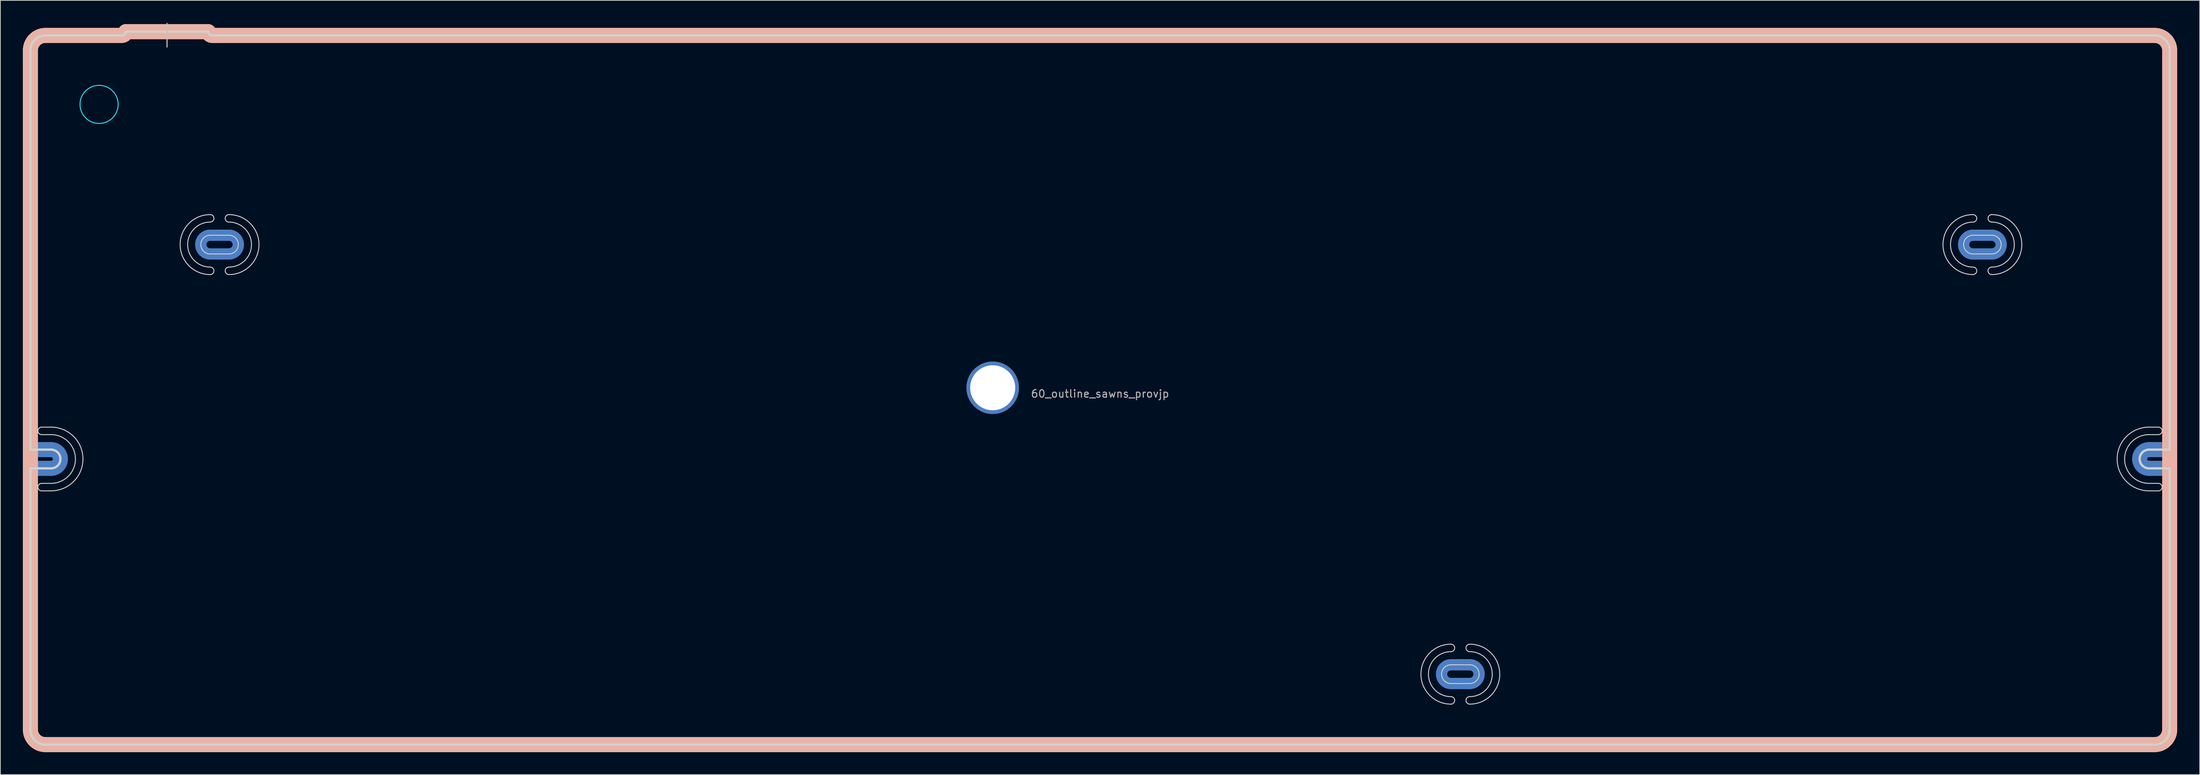
<source format=kicad_pcb>
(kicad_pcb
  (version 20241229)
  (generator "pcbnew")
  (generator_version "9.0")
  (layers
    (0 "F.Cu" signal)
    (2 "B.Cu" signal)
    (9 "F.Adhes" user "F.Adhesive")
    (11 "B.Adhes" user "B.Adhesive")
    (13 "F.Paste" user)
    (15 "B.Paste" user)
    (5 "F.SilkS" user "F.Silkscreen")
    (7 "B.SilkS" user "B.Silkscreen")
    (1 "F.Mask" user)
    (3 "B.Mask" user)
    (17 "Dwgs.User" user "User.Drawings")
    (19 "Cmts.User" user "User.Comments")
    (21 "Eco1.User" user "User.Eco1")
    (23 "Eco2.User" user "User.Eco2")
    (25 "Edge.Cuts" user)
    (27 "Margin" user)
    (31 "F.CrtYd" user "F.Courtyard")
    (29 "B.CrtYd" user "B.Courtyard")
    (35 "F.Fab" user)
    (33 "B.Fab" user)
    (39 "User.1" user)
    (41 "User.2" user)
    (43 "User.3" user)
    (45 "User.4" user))
  (footprint "60_outline_sawns_provjp"
    (layer "F.Cu")
    (at 143.5 48.975)
    (property "Reference" "60_outline_sawns_provjp" (at 0 0.5 0) (layer "F.Fab") (effects (font (size 1 1) (thickness 0.15))))
    (attr through_hole)
    (fp_line (start -142.5 10.45) (end -139.75 10.45) (stroke (width 2) (type solid)) (layer "F.Cu"))
    (fp_line (start -139.75 7.95) (end -142.5 7.95) (stroke (width 2) (type solid)) (layer "F.Cu"))
    (fp_line (start -118.55 -18.15) (end -116.05 -18.15) (stroke (width 1.5) (type solid)) (layer "F.Cu"))
    (fp_line (start -116.05 -20.65) (end -118.55 -20.65) (stroke (width 1.5) (type solid)) (layer "F.Cu"))
    (fp_line (start 46.75 39.15) (end 49.25 39.15) (stroke (width 1.5) (type solid)) (layer "F.Cu"))
    (fp_line (start 49.25 36.65) (end 46.75 36.65) (stroke (width 1.5) (type solid)) (layer "F.Cu"))
    (fp_line (start 116.3 -18.15) (end 118.8 -18.15) (stroke (width 1.5) (type solid)) (layer "F.Cu"))
    (fp_line (start 118.8 -20.65) (end 116.3 -20.65) (stroke (width 1.5) (type solid)) (layer "F.Cu"))
    (fp_line (start 139.75 10.45) (end 142.5 10.45) (stroke (width 2) (type solid)) (layer "F.Cu"))
    (fp_line (start 142.5 7.95) (end 139.75 7.95) (stroke (width 2) (type solid)) (layer "F.Cu"))
    (fp_arc (start -139.75 7.95) (mid -138.5 9.2) (end -139.75 10.45) (stroke (width 2) (type solid)) (layer "F.Cu"))
    (fp_arc (start -118.55 -18.15) (mid -119.8 -19.4) (end -118.55 -20.65) (stroke (width 1.5) (type solid)) (layer "F.Cu"))
    (fp_arc (start -116.05 -20.65) (mid -114.8 -19.4) (end -116.05 -18.15) (stroke (width 1.5) (type solid)) (layer "F.Cu"))
    (fp_arc (start 46.75 39.15) (mid 45.5 37.9) (end 46.75 36.65) (stroke (width 1.5) (type solid)) (layer "F.Cu"))
    (fp_arc (start 49.25 36.65) (mid 50.5 37.9) (end 49.25 39.15) (stroke (width 1.5) (type solid)) (layer "F.Cu"))
    (fp_arc (start 116.3 -18.15) (mid 115.05 -19.4) (end 116.3 -20.65) (stroke (width 1.5) (type solid)) (layer "F.Cu"))
    (fp_arc (start 118.8 -20.65) (mid 120.05 -19.4) (end 118.8 -18.15) (stroke (width 1.5) (type solid)) (layer "F.Cu"))
    (fp_arc (start 139.75 10.45) (mid 138.5 9.2) (end 139.75 7.95) (stroke (width 2) (type solid)) (layer "F.Cu"))
    (fp_line (start -142.5 10.45) (end -139.75 10.45) (stroke (width 2) (type solid)) (layer "F.Mask"))
    (fp_line (start -139.75 7.95) (end -142.5 7.95) (stroke (width 2) (type solid)) (layer "F.Mask"))
    (fp_line (start -118.55 -18.15) (end -116.05 -18.15) (stroke (width 1.5) (type solid)) (layer "F.Mask"))
    (fp_line (start -116.05 -20.65) (end -118.55 -20.65) (stroke (width 1.5) (type solid)) (layer "F.Mask"))
    (fp_line (start 46.75 39.15) (end 49.25 39.15) (stroke (width 1.5) (type solid)) (layer "F.Mask"))
    (fp_line (start 49.25 36.65) (end 46.75 36.65) (stroke (width 1.5) (type solid)) (layer "F.Mask"))
    (fp_line (start 116.3 -18.15) (end 118.8 -18.15) (stroke (width 1.5) (type solid)) (layer "F.Mask"))
    (fp_line (start 118.8 -20.65) (end 116.3 -20.65) (stroke (width 1.5) (type solid)) (layer "F.Mask"))
    (fp_line (start 139.75 10.45) (end 142.5 10.45) (stroke (width 2) (type solid)) (layer "F.Mask"))
    (fp_line (start 142.5 7.95) (end 139.75 7.95) (stroke (width 2) (type solid)) (layer "F.Mask"))
    (fp_arc (start -139.75 7.95) (mid -138.5 9.2) (end -139.75 10.45) (stroke (width 2) (type solid)) (layer "F.Mask"))
    (fp_arc (start -118.55 -18.15) (mid -119.8 -19.4) (end -118.55 -20.65) (stroke (width 1.5) (type solid)) (layer "F.Mask"))
    (fp_arc (start -116.05 -20.65) (mid -114.8 -19.4) (end -116.05 -18.15) (stroke (width 1.5) (type solid)) (layer "F.Mask"))
    (fp_arc (start 46.75 39.15) (mid 45.5 37.9) (end 46.75 36.65) (stroke (width 1.5) (type solid)) (layer "F.Mask"))
    (fp_arc (start 49.25 36.65) (mid 50.5 37.9) (end 49.25 39.15) (stroke (width 1.5) (type solid)) (layer "F.Mask"))
    (fp_arc (start 116.3 -18.15) (mid 115.05 -19.4) (end 116.3 -20.65) (stroke (width 1.5) (type solid)) (layer "F.Mask"))
    (fp_arc (start 118.8 -20.65) (mid 120.05 -19.4) (end 118.8 -18.15) (stroke (width 1.5) (type solid)) (layer "F.Mask"))
    (fp_arc (start 139.75 10.45) (mid 138.5 9.2) (end 139.75 7.95) (stroke (width 2) (type solid)) (layer "F.Mask"))
    (fp_line (start -142.5 10.45) (end -139.75 10.45) (stroke (width 2) (type solid)) (layer "B.Cu"))
    (fp_line (start -139.75 7.95) (end -142.5 7.95) (stroke (width 2) (type solid)) (layer "B.Cu"))
    (fp_line (start -118.55 -18.15) (end -116.05 -18.15) (stroke (width 1.5) (type solid)) (layer "B.Cu"))
    (fp_line (start -116.05 -20.65) (end -118.55 -20.65) (stroke (width 1.5) (type solid)) (layer "B.Cu"))
    (fp_line (start 46.75 39.15) (end 49.25 39.15) (stroke (width 1.5) (type solid)) (layer "B.Cu"))
    (fp_line (start 49.25 36.65) (end 46.75 36.65) (stroke (width 1.5) (type solid)) (layer "B.Cu"))
    (fp_line (start 116.3 -18.15) (end 118.8 -18.15) (stroke (width 1.5) (type solid)) (layer "B.Cu"))
    (fp_line (start 118.8 -20.65) (end 116.3 -20.65) (stroke (width 1.5) (type solid)) (layer "B.Cu"))
    (fp_line (start 139.75 10.45) (end 142.5 10.45) (stroke (width 2) (type solid)) (layer "B.Cu"))
    (fp_line (start 142.5 7.95) (end 139.75 7.95) (stroke (width 2) (type solid)) (layer "B.Cu"))
    (fp_arc (start -139.75 7.95) (mid -138.5 9.2) (end -139.75 10.45) (stroke (width 2) (type solid)) (layer "B.Cu"))
    (fp_arc (start -118.55 -18.15) (mid -119.8 -19.4) (end -118.55 -20.65) (stroke (width 1.5) (type solid)) (layer "B.Cu"))
    (fp_arc (start -116.05 -20.65) (mid -114.8 -19.4) (end -116.05 -18.15) (stroke (width 1.5) (type solid)) (layer "B.Cu"))
    (fp_arc (start 46.75 39.15) (mid 45.5 37.9) (end 46.75 36.65) (stroke (width 1.5) (type solid)) (layer "B.Cu"))
    (fp_arc (start 49.25 36.65) (mid 50.5 37.9) (end 49.25 39.15) (stroke (width 1.5) (type solid)) (layer "B.Cu"))
    (fp_arc (start 116.3 -18.15) (mid 115.05 -19.4) (end 116.3 -20.65) (stroke (width 1.5) (type solid)) (layer "B.Cu"))
    (fp_arc (start 118.8 -20.65) (mid 120.05 -19.4) (end 118.8 -18.15) (stroke (width 1.5) (type solid)) (layer "B.Cu"))
    (fp_arc (start 139.75 10.45) (mid 138.5 9.2) (end 139.75 7.95) (stroke (width 2) (type solid)) (layer "B.Cu"))
    (fp_line (start -142.5 10.45) (end -139.75 10.45) (stroke (width 2) (type solid)) (layer "B.Mask"))
    (fp_line (start -139.75 7.95) (end -142.5 7.95) (stroke (width 2) (type solid)) (layer "B.Mask"))
    (fp_line (start -118.55 -18.15) (end -116.05 -18.15) (stroke (width 1.5) (type solid)) (layer "B.Mask"))
    (fp_line (start -116.05 -20.65) (end -118.55 -20.65) (stroke (width 1.5) (type solid)) (layer "B.Mask"))
    (fp_line (start 46.75 39.15) (end 49.25 39.15) (stroke (width 1.5) (type solid)) (layer "B.Mask"))
    (fp_line (start 49.25 36.65) (end 46.75 36.65) (stroke (width 1.5) (type solid)) (layer "B.Mask"))
    (fp_line (start 116.3 -18.15) (end 118.8 -18.15) (stroke (width 1.5) (type solid)) (layer "B.Mask"))
    (fp_line (start 118.8 -20.65) (end 116.3 -20.65) (stroke (width 1.5) (type solid)) (layer "B.Mask"))
    (fp_line (start 139.75 10.45) (end 142.5 10.45) (stroke (width 2) (type solid)) (layer "B.Mask"))
    (fp_line (start 142.5 7.95) (end 139.75 7.95) (stroke (width 2) (type solid)) (layer "B.Mask"))
    (fp_arc (start -139.75 7.95) (mid -138.5 9.2) (end -139.75 10.45) (stroke (width 2) (type solid)) (layer "B.Mask"))
    (fp_arc (start -118.55 -18.15) (mid -119.8 -19.4) (end -118.55 -20.65) (stroke (width 1.5) (type solid)) (layer "B.Mask"))
    (fp_arc (start -116.05 -20.65) (mid -114.8 -19.4) (end -116.05 -18.15) (stroke (width 1.5) (type solid)) (layer "B.Mask"))
    (fp_arc (start 46.75 39.15) (mid 45.5 37.9) (end 46.75 36.65) (stroke (width 1.5) (type solid)) (layer "B.Mask"))
    (fp_arc (start 49.25 36.65) (mid 50.5 37.9) (end 49.25 39.15) (stroke (width 1.5) (type solid)) (layer "B.Mask"))
    (fp_arc (start 116.3 -18.15) (mid 115.05 -19.4) (end 116.3 -20.65) (stroke (width 1.5) (type solid)) (layer "B.Mask"))
    (fp_arc (start 118.8 -20.65) (mid 120.05 -19.4) (end 118.8 -18.15) (stroke (width 1.5) (type solid)) (layer "B.Mask"))
    (fp_arc (start 139.75 10.45) (mid 138.5 9.2) (end 139.75 7.95) (stroke (width 2) (type solid)) (layer "B.Mask"))
    (fp_line (start -142.5 45.3) (end -142.5 -45.3) (stroke (width 2) (type solid)) (layer "F.SilkS"))
    (fp_line (start -140.5 -47.3) (end -130.3 -47.3) (stroke (width 2) (type solid)) (layer "F.SilkS"))
    (fp_line (start -140.5 47.3) (end 140.5 47.3) (stroke (width 2) (type solid)) (layer "F.SilkS"))
    (fp_line (start -129.8 -47.8) (end -118.8 -47.8) (stroke (width 2) (type solid)) (layer "F.SilkS"))
    (fp_line (start 140.5 -47.3) (end -118.3 -47.3) (stroke (width 2) (type solid)) (layer "F.SilkS"))
    (fp_line (start 142.5 45.3) (end 142.5 -45.3) (stroke (width 2) (type solid)) (layer "F.SilkS"))
    (fp_arc (start -142.5 -45.3) (mid -141.914214 -46.714214) (end -140.5 -47.3) (stroke (width 2) (type solid)) (layer "F.SilkS"))
    (fp_arc (start -140.5 47.3) (mid -141.914214 46.714214) (end -142.5 45.3) (stroke (width 2) (type solid)) (layer "F.SilkS"))
    (fp_arc (start -129.8 -47.8) (mid -129.946447 -47.446447) (end -130.3 -47.3) (stroke (width 2) (type solid)) (layer "F.SilkS"))
    (fp_arc (start -118.3 -47.3) (mid -118.653553 -47.446447) (end -118.8 -47.8) (stroke (width 2) (type solid)) (layer "F.SilkS"))
    (fp_arc (start 140.5 -47.3) (mid 141.914214 -46.714214) (end 142.5 -45.3) (stroke (width 2) (type solid)) (layer "F.SilkS"))
    (fp_arc (start 142.5 45.3) (mid 141.914214 46.714214) (end 140.5 47.3) (stroke (width 2) (type solid)) (layer "F.SilkS"))
    (fp_line (start -142.5 45.3) (end -142.5 -45.3) (stroke (width 2) (type solid)) (layer "B.SilkS"))
    (fp_line (start -140.5 -47.3) (end -130.3 -47.3) (stroke (width 2) (type solid)) (layer "B.SilkS"))
    (fp_line (start -140.5 47.3) (end 140.5 47.3) (stroke (width 2) (type solid)) (layer "B.SilkS"))
    (fp_line (start -129.8 -47.8) (end -118.8 -47.8) (stroke (width 2) (type solid)) (layer "B.SilkS"))
    (fp_line (start 140.5 -47.3) (end -118.3 -47.3) (stroke (width 2) (type solid)) (layer "B.SilkS"))
    (fp_line (start 142.5 45.3) (end 142.5 -45.3) (stroke (width 2) (type solid)) (layer "B.SilkS"))
    (fp_arc (start -142.5 -45.3) (mid -141.914214 -46.714214) (end -140.5 -47.3) (stroke (width 2) (type solid)) (layer "B.SilkS"))
    (fp_arc (start -140.5 47.3) (mid -141.914214 46.714214) (end -142.5 45.3) (stroke (width 2) (type solid)) (layer "B.SilkS"))
    (fp_arc (start -129.8 -47.8) (mid -129.946447 -47.446447) (end -130.3 -47.3) (stroke (width 2) (type solid)) (layer "B.SilkS"))
    (fp_arc (start -118.3 -47.3) (mid -118.653553 -47.446447) (end -118.8 -47.8) (stroke (width 2) (type solid)) (layer "B.SilkS"))
    (fp_arc (start 140.5 -47.3) (mid 141.914214 -46.714214) (end 142.5 -45.3) (stroke (width 2) (type solid)) (layer "B.SilkS"))
    (fp_arc (start 142.5 45.3) (mid 141.914214 46.714214) (end 140.5 47.3) (stroke (width 2) (type solid)) (layer "B.SilkS"))
    (fp_line (start -124.3 -48.9) (end -124.3 -45.75) (stroke (width 0.15) (type solid)) (layer "Dwgs.User"))
    (fp_line (start -142.5 7.95) (end -142.5 -45.3) (stroke (width 0.3) (type solid)) (layer "Edge.Cuts"))
    (fp_line (start -142.5 10.45) (end -139.75 10.45) (stroke (width 0.3) (type solid)) (layer "Edge.Cuts"))
    (fp_line (start -142.5 45.3) (end -142.5 10.45) (stroke (width 0.3) (type solid)) (layer "Edge.Cuts"))
    (fp_line (start -140.5 -47.3) (end -130.3 -47.3) (stroke (width 0.3) (type solid)) (layer "Edge.Cuts"))
    (fp_line (start -140.5 47.3) (end 140.5 47.3) (stroke (width 0.3) (type solid)) (layer "Edge.Cuts"))
    (fp_line (start -139.75 4.95) (end -141 4.95) (stroke (width 0.12) (type solid)) (layer "Edge.Cuts"))
    (fp_line (start -139.75 5.95) (end -141 5.95) (stroke (width 0.12) (type solid)) (layer "Edge.Cuts"))
    (fp_line (start -139.75 7.95) (end -142.5 7.95) (stroke (width 0.3) (type solid)) (layer "Edge.Cuts"))
    (fp_line (start -139.75 12.45) (end -141 12.45) (stroke (width 0.12) (type solid)) (layer "Edge.Cuts"))
    (fp_line (start -139.75 13.45) (end -141 13.45) (stroke (width 0.12) (type solid)) (layer "Edge.Cuts"))
    (fp_line (start -129.8 -47.8) (end -118.8 -47.8) (stroke (width 0.3) (type solid)) (layer "Edge.Cuts"))
    (fp_line (start -118.55 -18.15) (end -116.05 -18.15) (stroke (width 0.12) (type solid)) (layer "Edge.Cuts"))
    (fp_line (start -116.05 -20.65) (end -118.55 -20.65) (stroke (width 0.12) (type solid)) (layer "Edge.Cuts"))
    (fp_line (start 46.75 39.15) (end 49.25 39.15) (stroke (width 0.12) (type solid)) (layer "Edge.Cuts"))
    (fp_line (start 49.25 36.65) (end 46.75 36.65) (stroke (width 0.12) (type solid)) (layer "Edge.Cuts"))
    (fp_line (start 116.3 -18.15) (end 118.8 -18.15) (stroke (width 0.12) (type solid)) (layer "Edge.Cuts"))
    (fp_line (start 118.8 -20.65) (end 116.3 -20.65) (stroke (width 0.12) (type solid)) (layer "Edge.Cuts"))
    (fp_line (start 139.75 4.95) (end 141 4.95) (stroke (width 0.12) (type solid)) (layer "Edge.Cuts"))
    (fp_line (start 139.75 5.95) (end 141 5.95) (stroke (width 0.12) (type solid)) (layer "Edge.Cuts"))
    (fp_line (start 139.75 10.45) (end 142.5 10.45) (stroke (width 0.3) (type solid)) (layer "Edge.Cuts"))
    (fp_line (start 139.75 12.45) (end 141 12.45) (stroke (width 0.12) (type solid)) (layer "Edge.Cuts"))
    (fp_line (start 139.75 13.45) (end 141 13.45) (stroke (width 0.12) (type solid)) (layer "Edge.Cuts"))
    (fp_line (start 140.5 -47.3) (end -118.3 -47.3) (stroke (width 0.3) (type solid)) (layer "Edge.Cuts"))
    (fp_line (start 142.5 7.95) (end 139.75 7.95) (stroke (width 0.3) (type solid)) (layer "Edge.Cuts"))
    (fp_line (start 142.5 7.95) (end 142.5 -45.3) (stroke (width 0.3) (type solid)) (layer "Edge.Cuts"))
    (fp_line (start 142.5 45.3) (end 142.5 10.45) (stroke (width 0.3) (type solid)) (layer "Edge.Cuts"))
    (fp_arc (start -142.5 -45.3) (mid -141.914214 -46.714214) (end -140.5 -47.3) (stroke (width 0.3) (type solid)) (layer "Edge.Cuts"))
    (fp_arc (start -141 5.95) (mid -141.5 5.45) (end -141 4.95) (stroke (width 0.12) (type solid)) (layer "Edge.Cuts"))
    (fp_arc (start -141 13.45) (mid -141.5 12.95) (end -141 12.45) (stroke (width 0.12) (type solid)) (layer "Edge.Cuts"))
    (fp_arc (start -140.5 47.3) (mid -141.914214 46.714214) (end -142.5 45.3) (stroke (width 0.3) (type solid)) (layer "Edge.Cuts"))
    (fp_arc (start -139.75 4.95) (mid -135.5 9.2) (end -139.75 13.45) (stroke (width 0.12) (type solid)) (layer "Edge.Cuts"))
    (fp_arc (start -139.75 5.95) (mid -136.5 9.2) (end -139.75 12.45) (stroke (width 0.12) (type solid)) (layer "Edge.Cuts"))
    (fp_arc (start -139.75 7.95) (mid -138.5 9.2) (end -139.75 10.45) (stroke (width 0.3) (type solid)) (layer "Edge.Cuts"))
    (fp_arc (start -129.8 -47.8) (mid -129.946447 -47.446447) (end -130.3 -47.3) (stroke (width 0.3) (type solid)) (layer "Edge.Cuts"))
    (fp_arc (start -118.55 -23.4) (mid -118.05 -22.9) (end -118.55 -22.4) (stroke (width 0.12) (type solid)) (layer "Edge.Cuts"))
    (fp_arc (start -118.55 -18.15) (mid -119.8 -19.4) (end -118.55 -20.65) (stroke (width 0.12) (type solid)) (layer "Edge.Cuts"))
    (fp_arc (start -118.55 -16.4) (mid -121.55 -19.4) (end -118.55 -22.4) (stroke (width 0.12) (type solid)) (layer "Edge.Cuts"))
    (fp_arc (start -118.55 -16.4) (mid -118.05 -15.9) (end -118.55 -15.4) (stroke (width 0.12) (type solid)) (layer "Edge.Cuts"))
    (fp_arc (start -118.55 -15.4) (mid -122.55 -19.4) (end -118.55 -23.4) (stroke (width 0.12) (type solid)) (layer "Edge.Cuts"))
    (fp_arc (start -118.3 -47.3) (mid -118.653553 -47.446447) (end -118.8 -47.8) (stroke (width 0.3) (type solid)) (layer "Edge.Cuts"))
    (fp_arc (start -116.05 -23.4) (mid -112.05 -19.4) (end -116.05 -15.4) (stroke (width 0.12) (type solid)) (layer "Edge.Cuts"))
    (fp_arc (start -116.05 -22.4) (mid -116.55 -22.9) (end -116.05 -23.4) (stroke (width 0.12) (type solid)) (layer "Edge.Cuts"))
    (fp_arc (start -116.05 -22.4) (mid -113.05 -19.4) (end -116.05 -16.4) (stroke (width 0.12) (type solid)) (layer "Edge.Cuts"))
    (fp_arc (start -116.05 -20.65) (mid -114.8 -19.4) (end -116.05 -18.15) (stroke (width 0.12) (type solid)) (layer "Edge.Cuts"))
    (fp_arc (start -116.05 -15.4) (mid -116.55 -15.9) (end -116.05 -16.4) (stroke (width 0.12) (type solid)) (layer "Edge.Cuts"))
    (fp_arc (start 46.75 33.9) (mid 47.25 34.4) (end 46.75 34.9) (stroke (width 0.12) (type solid)) (layer "Edge.Cuts"))
    (fp_arc (start 46.75 39.15) (mid 45.5 37.9) (end 46.75 36.65) (stroke (width 0.12) (type solid)) (layer "Edge.Cuts"))
    (fp_arc (start 46.75 40.9) (mid 43.75 37.9) (end 46.75 34.9) (stroke (width 0.12) (type solid)) (layer "Edge.Cuts"))
    (fp_arc (start 46.75 40.9) (mid 47.25 41.4) (end 46.75 41.9) (stroke (width 0.12) (type solid)) (layer "Edge.Cuts"))
    (fp_arc (start 46.75 41.9) (mid 42.75 37.9) (end 46.75 33.9) (stroke (width 0.12) (type solid)) (layer "Edge.Cuts"))
    (fp_arc (start 49.25 33.9) (mid 53.25 37.9) (end 49.25 41.9) (stroke (width 0.12) (type solid)) (layer "Edge.Cuts"))
    (fp_arc (start 49.25 34.9) (mid 48.75 34.4) (end 49.25 33.9) (stroke (width 0.12) (type solid)) (layer "Edge.Cuts"))
    (fp_arc (start 49.25 34.9) (mid 52.25 37.9) (end 49.25 40.9) (stroke (width 0.12) (type solid)) (layer "Edge.Cuts"))
    (fp_arc (start 49.25 36.65) (mid 50.5 37.9) (end 49.25 39.15) (stroke (width 0.12) (type solid)) (layer "Edge.Cuts"))
    (fp_arc (start 49.25 41.9) (mid 48.75 41.4) (end 49.25 40.9) (stroke (width 0.12) (type solid)) (layer "Edge.Cuts"))
    (fp_arc (start 116.3 -23.4) (mid 116.8 -22.9) (end 116.3 -22.4) (stroke (width 0.12) (type solid)) (layer "Edge.Cuts"))
    (fp_arc (start 116.3 -18.15) (mid 115.05 -19.4) (end 116.3 -20.65) (stroke (width 0.12) (type solid)) (layer "Edge.Cuts"))
    (fp_arc (start 116.3 -16.4) (mid 113.3 -19.4) (end 116.3 -22.4) (stroke (width 0.12) (type solid)) (layer "Edge.Cuts"))
    (fp_arc (start 116.3 -16.4) (mid 116.8 -15.9) (end 116.3 -15.4) (stroke (width 0.12) (type solid)) (layer "Edge.Cuts"))
    (fp_arc (start 116.3 -15.4) (mid 112.3 -19.4) (end 116.3 -23.4) (stroke (width 0.12) (type solid)) (layer "Edge.Cuts"))
    (fp_arc (start 118.8 -23.4) (mid 122.8 -19.4) (end 118.8 -15.4) (stroke (width 0.12) (type solid)) (layer "Edge.Cuts"))
    (fp_arc (start 118.8 -22.4) (mid 118.3 -22.9) (end 118.8 -23.4) (stroke (width 0.12) (type solid)) (layer "Edge.Cuts"))
    (fp_arc (start 118.8 -22.4) (mid 121.8 -19.4) (end 118.8 -16.4) (stroke (width 0.12) (type solid)) (layer "Edge.Cuts"))
    (fp_arc (start 118.8 -20.65) (mid 120.05 -19.4) (end 118.8 -18.15) (stroke (width 0.12) (type solid)) (layer "Edge.Cuts"))
    (fp_arc (start 118.8 -15.4) (mid 118.3 -15.9) (end 118.8 -16.4) (stroke (width 0.12) (type solid)) (layer "Edge.Cuts"))
    (fp_arc (start 139.75 10.45) (mid 138.5 9.2) (end 139.75 7.95) (stroke (width 0.3) (type solid)) (layer "Edge.Cuts"))
    (fp_arc (start 139.75 12.45) (mid 136.5 9.2) (end 139.75 5.95) (stroke (width 0.12) (type solid)) (layer "Edge.Cuts"))
    (fp_arc (start 139.75 13.45) (mid 135.5 9.2) (end 139.75 4.95) (stroke (width 0.12) (type solid)) (layer "Edge.Cuts"))
    (fp_arc (start 140.5 -47.3) (mid 141.914214 -46.714214) (end 142.5 -45.3) (stroke (width 0.3) (type solid)) (layer "Edge.Cuts"))
    (fp_arc (start 141 4.95) (mid 141.5 5.45) (end 141 5.95) (stroke (width 0.12) (type solid)) (layer "Edge.Cuts"))
    (fp_arc (start 141 12.45) (mid 141.5 12.95) (end 141 13.45) (stroke (width 0.12) (type solid)) (layer "Edge.Cuts"))
    (fp_arc (start 142.5 45.3) (mid 141.914214 46.714214) (end 140.5 47.3) (stroke (width 0.3) (type solid)) (layer "Edge.Cuts"))
    (fp_circle (center -133.35 -38.1) (end -130.81 -38.1) (stroke (width 0.12) (type solid)) (fill no) (layer "B.CrtYd"))
    (pad "1" thru_hole circle (at -14.3 -0.3) (size 7 7) (drill 6) (layers "*.Cu" "*.Mask")))
  (gr_rect
    (start -3 -3)
    (end 290 100.275)
    (stroke (width 0.1) (type default))
    (fill no)
    (layer "Edge.Cuts")))
</source>
